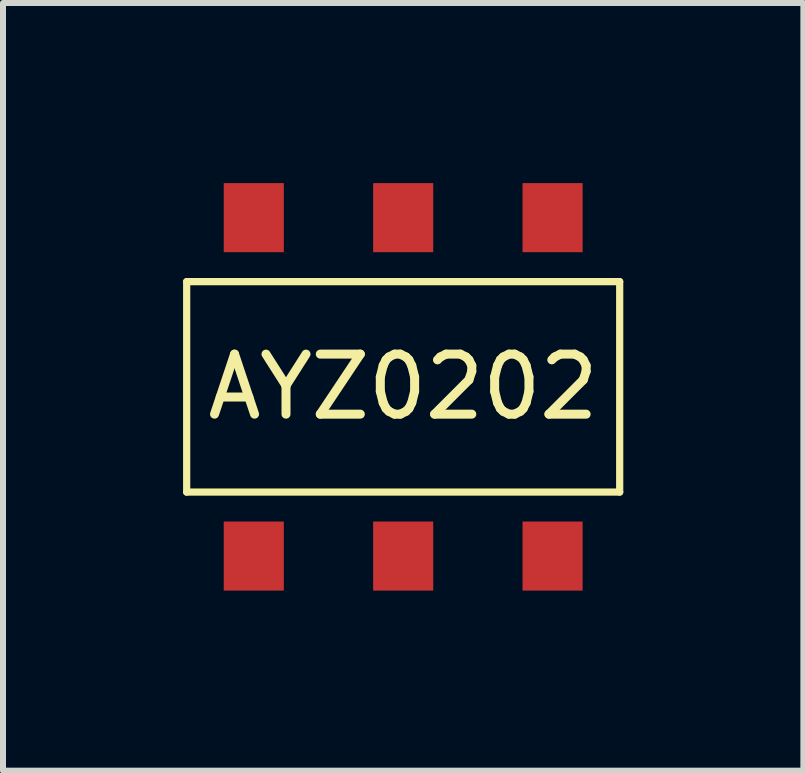
<source format=kicad_pcb>
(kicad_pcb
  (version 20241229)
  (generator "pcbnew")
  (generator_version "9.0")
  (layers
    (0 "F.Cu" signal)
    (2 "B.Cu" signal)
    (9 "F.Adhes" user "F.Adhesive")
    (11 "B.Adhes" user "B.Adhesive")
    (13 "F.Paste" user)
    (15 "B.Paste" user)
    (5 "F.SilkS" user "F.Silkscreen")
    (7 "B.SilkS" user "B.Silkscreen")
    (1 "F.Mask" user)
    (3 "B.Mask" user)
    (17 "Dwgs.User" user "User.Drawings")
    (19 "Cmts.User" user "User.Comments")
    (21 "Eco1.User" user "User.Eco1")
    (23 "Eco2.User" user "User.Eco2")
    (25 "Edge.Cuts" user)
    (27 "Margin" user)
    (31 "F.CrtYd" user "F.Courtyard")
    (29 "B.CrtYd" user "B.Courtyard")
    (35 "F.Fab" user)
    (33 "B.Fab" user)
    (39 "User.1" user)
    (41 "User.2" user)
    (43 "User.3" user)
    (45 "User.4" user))
  (footprint "AYZ0202"
    (layer "F.Cu")
    (at 3.667 3.395)
    (property "Reference" "AYZ0202" (at 0 0 0) (layer "F.SilkS") (effects (font (size 1 1) (thickness 0.15))))
    (attr through_hole)
    (fp_line (start -3.607 -1.753) (end 3.607 -1.753) (stroke (width 0.12) (type solid)) (layer "F.SilkS"))
    (fp_line (start -3.607 1.753) (end -3.607 -1.753) (stroke (width 0.12) (type solid)) (layer "F.SilkS"))
    (fp_line (start -3.607 1.753) (end 3.607 1.753) (stroke (width 0.12) (type solid)) (layer "F.SilkS"))
    (fp_line (start 3.607 1.753) (end 3.607 -1.753) (stroke (width 0.12) (type solid)) (layer "F.SilkS"))
    (pad "1" smd rect (at -2.489 -2.819) (size 1.001 1.151) (layers "F.Cu" "F.Mask" "F.Paste"))
    (pad "2" smd rect (at 0 -2.819) (size 1.001 1.151) (layers "F.Cu" "F.Mask" "F.Paste"))
    (pad "3" smd rect (at 2.489 -2.819) (size 1.001 1.151) (layers "F.Cu" "F.Mask" "F.Paste"))
    (pad "4" smd rect (at -2.489 2.819) (size 1.001 1.151) (layers "F.Cu" "F.Mask" "F.Paste"))
    (pad "5" smd rect (at 0 2.819) (size 1.001 1.151) (layers "F.Cu" "F.Mask" "F.Paste"))
    (pad "6" smd rect (at 2.489 2.819) (size 1.001 1.151) (layers "F.Cu" "F.Mask" "F.Paste")))
  (gr_rect
    (start -3 -3)
    (end 10.334 9.789)
    (stroke (width 0.1) (type default))
    (fill no)
    (layer "Edge.Cuts")))
</source>
